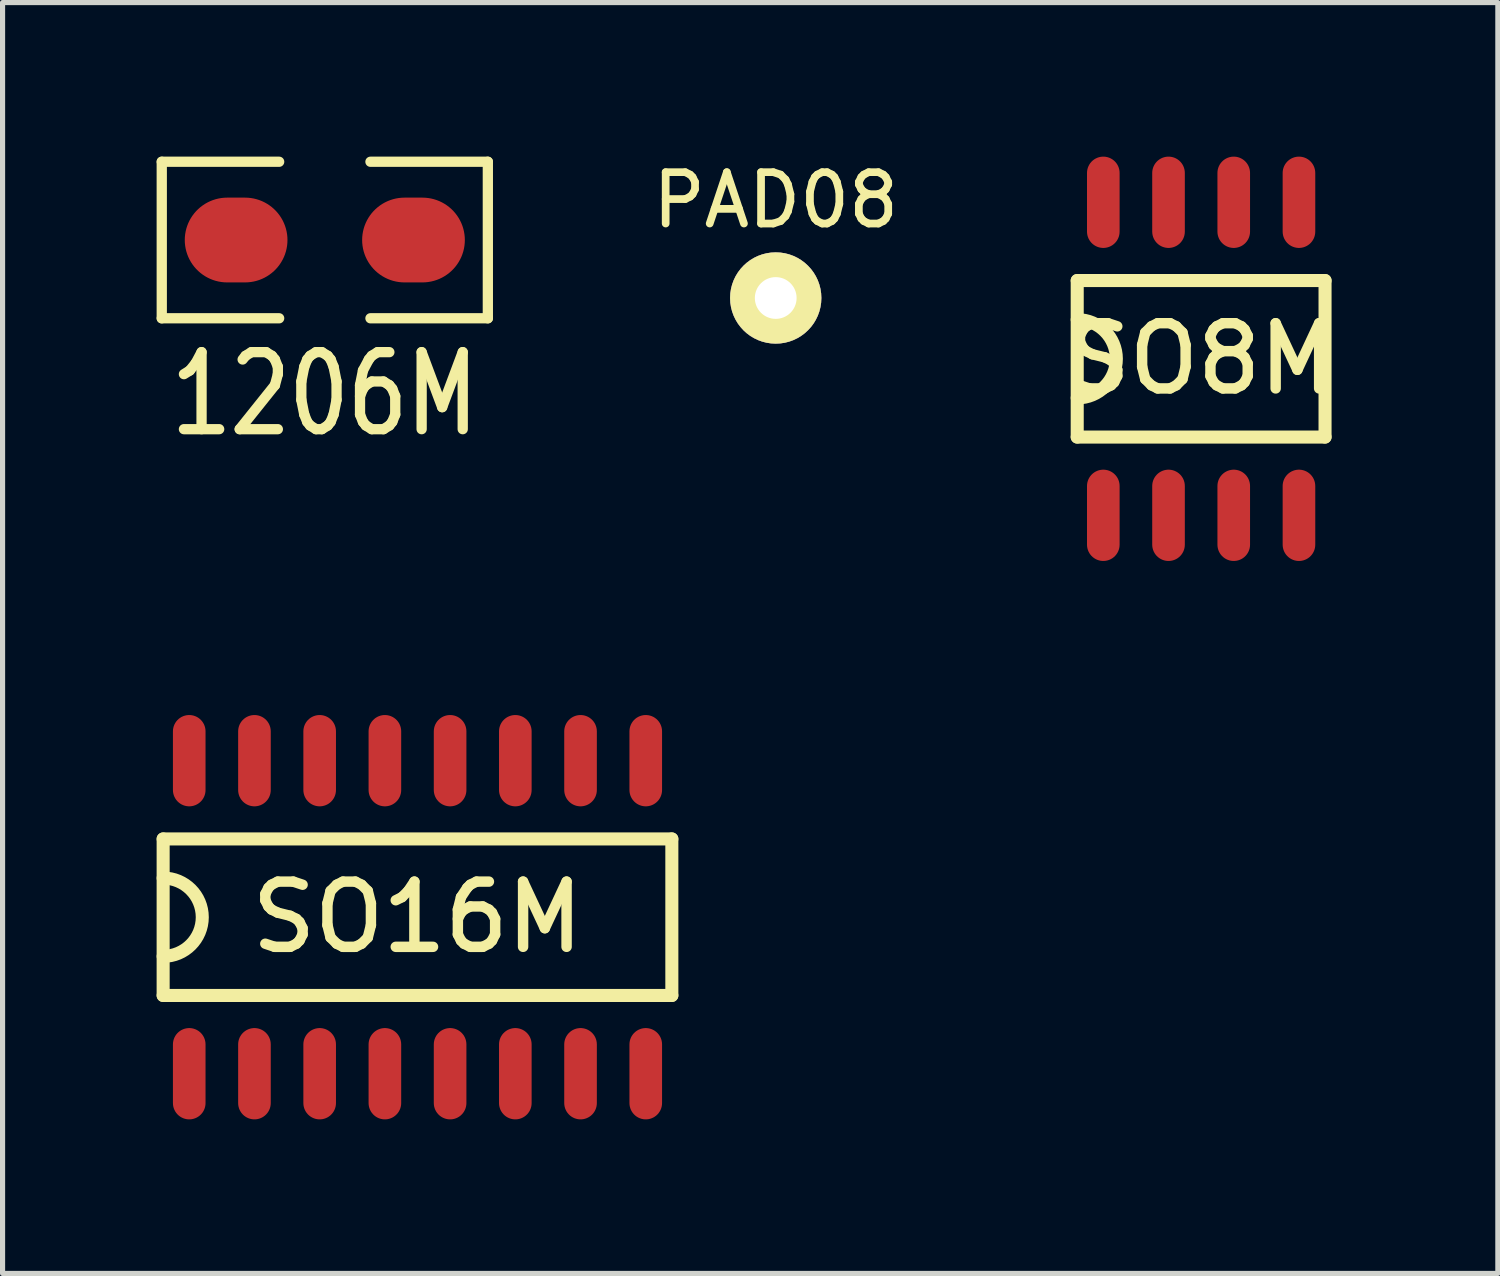
<source format=kicad_pcb>
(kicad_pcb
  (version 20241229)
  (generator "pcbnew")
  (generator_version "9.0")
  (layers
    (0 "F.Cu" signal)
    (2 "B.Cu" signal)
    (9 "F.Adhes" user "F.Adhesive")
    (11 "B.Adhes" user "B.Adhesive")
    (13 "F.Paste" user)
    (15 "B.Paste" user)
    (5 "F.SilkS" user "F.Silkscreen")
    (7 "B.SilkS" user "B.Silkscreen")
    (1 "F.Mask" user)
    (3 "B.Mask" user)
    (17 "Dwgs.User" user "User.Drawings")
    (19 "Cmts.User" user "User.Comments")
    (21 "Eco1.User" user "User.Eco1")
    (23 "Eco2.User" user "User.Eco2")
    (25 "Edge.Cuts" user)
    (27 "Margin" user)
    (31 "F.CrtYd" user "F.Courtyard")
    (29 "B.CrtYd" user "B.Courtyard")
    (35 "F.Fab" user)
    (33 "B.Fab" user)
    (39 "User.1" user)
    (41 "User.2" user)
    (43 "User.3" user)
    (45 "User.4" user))
  (footprint "PAD08"
    (layer "F.Cu")
    (at 12.056 2.753)
    (property "Reference" "PAD08" (at 0 -1.905 0) (layer "F.SilkS") (effects (font (size 1 1) (thickness 0.15))))
    (pad "1" thru_hole circle (at 0 0) (size 1.778 1.778) (drill 0.813) (layers "*.Cu" "*.Mask" "F.SilkS")))
  (footprint "SO8M"
    (layer "F.Cu")
    (at 20.34 3.937)
    (property "Reference" "SO8M" (at 0 0 0) (layer "F.SilkS") (effects (font (size 1.27 1.27) (thickness 0.203))))
    (fp_line (start -2.413 -1.524) (end 2.413 -1.524) (stroke (width 0.254) (type solid)) (layer "F.SilkS"))
    (fp_line (start -2.413 1.524) (end -2.413 -1.524) (stroke (width 0.254) (type solid)) (layer "F.SilkS"))
    (fp_line (start -2.413 1.524) (end 2.413 1.524) (stroke (width 0.254) (type solid)) (layer "F.SilkS"))
    (fp_line (start 2.413 -1.524) (end 2.413 1.524) (stroke (width 0.254) (type solid)) (layer "F.SilkS"))
    (fp_arc (start -2.413 -0.762) (mid -1.651 0) (end -2.413 0.762) (stroke (width 0.254) (type solid)) (layer "F.SilkS"))
    (pad "1" smd oval (at -1.905 2.794) (size 0.635 1.778) (drill (offset 0 0.254)) (layers "F.Cu" "F.Mask" "F.Paste"))
    (pad "2" smd oval (at -0.635 2.794) (size 0.635 1.778) (drill (offset 0 0.254)) (layers "F.Cu" "F.Mask" "F.Paste"))
    (pad "3" smd oval (at 0.635 2.794) (size 0.635 1.778) (drill (offset 0 0.254)) (layers "F.Cu" "F.Mask" "F.Paste"))
    (pad "4" smd oval (at 1.905 2.794) (size 0.635 1.778) (drill (offset 0 0.254)) (layers "F.Cu" "F.Mask" "F.Paste"))
    (pad "5" smd oval (at 1.905 -2.794) (size 0.635 1.778) (drill (offset 0 -0.254)) (layers "F.Cu" "F.Mask" "F.Paste"))
    (pad "6" smd oval (at 0.635 -2.794) (size 0.635 1.778) (drill (offset 0 -0.254)) (layers "F.Cu" "F.Mask" "F.Paste"))
    (pad "7" smd oval (at -0.635 -2.794) (size 0.635 1.778) (drill (offset 0 -0.254)) (layers "F.Cu" "F.Mask" "F.Paste"))
    (pad "8" smd oval (at -1.905 -2.794) (size 0.635 1.778) (drill (offset 0 -0.254)) (layers "F.Cu" "F.Mask" "F.Paste")))
  (footprint "1206M"
    (layer "F.Cu")
    (at 3.275 1.624)
    (property "Reference" "1206M" (at 0 3 0) (layer "F.SilkS") (effects (font (size 1.5 1.2) (thickness 0.2))))
    (attr through_hole)
    (fp_line (start -3.175 -1.524) (end -3.175 1.524) (stroke (width 0.2) (type solid)) (layer "F.SilkS"))
    (fp_line (start -3.175 -1.524) (end -0.889 -1.524) (stroke (width 0.2) (type solid)) (layer "F.SilkS"))
    (fp_line (start -3.175 1.524) (end -0.889 1.524) (stroke (width 0.2) (type solid)) (layer "F.SilkS"))
    (fp_line (start 3.175 -1.524) (end 0.889 -1.524) (stroke (width 0.2) (type solid)) (layer "F.SilkS"))
    (fp_line (start 3.175 -1.524) (end 3.175 1.524) (stroke (width 0.2) (type solid)) (layer "F.SilkS"))
    (fp_line (start 3.175 1.524) (end 0.889 1.524) (stroke (width 0.2) (type solid)) (layer "F.SilkS"))
    (pad "1" smd oval (at -1.727 0) (size 2 1.651) (layers "F.Cu" "F.Mask" "F.Paste"))
    (pad "2" smd oval (at 1.727 0) (size 2 1.651) (layers "F.Cu" "F.Mask" "F.Paste")))
  (footprint "SO16M"
    (layer "F.Cu")
    (at 5.08 14.811)
    (property "Reference" "SO16M" (at 0 0 0) (layer "F.SilkS") (effects (font (size 1.27 1.27) (thickness 0.203))))
    (fp_line (start -4.953 -1.524) (end 4.953 -1.524) (stroke (width 0.254) (type solid)) (layer "F.SilkS"))
    (fp_line (start -4.953 1.524) (end -4.953 -1.524) (stroke (width 0.254) (type solid)) (layer "F.SilkS"))
    (fp_line (start -4.953 1.524) (end 4.953 1.524) (stroke (width 0.254) (type solid)) (layer "F.SilkS"))
    (fp_line (start 4.953 -1.524) (end 4.953 1.524) (stroke (width 0.254) (type solid)) (layer "F.SilkS"))
    (fp_arc (start -4.953 -0.762) (mid -4.191 0) (end -4.953 0.762) (stroke (width 0.254) (type solid)) (layer "F.SilkS"))
    (pad "1" smd oval (at -4.445 2.794) (size 0.635 1.778) (drill (offset 0 0.254)) (layers "F.Cu" "F.Mask" "F.Paste"))
    (pad "2" smd oval (at -3.175 2.794) (size 0.635 1.778) (drill (offset 0 0.254)) (layers "F.Cu" "F.Mask" "F.Paste"))
    (pad "3" smd oval (at -1.905 2.794) (size 0.635 1.778) (drill (offset 0 0.254)) (layers "F.Cu" "F.Mask" "F.Paste"))
    (pad "4" smd oval (at -0.635 2.794) (size 0.635 1.778) (drill (offset 0 0.254)) (layers "F.Cu" "F.Mask" "F.Paste"))
    (pad "5" smd oval (at 0.635 2.794) (size 0.635 1.778) (drill (offset 0 0.254)) (layers "F.Cu" "F.Mask" "F.Paste"))
    (pad "6" smd oval (at 1.905 2.794) (size 0.635 1.778) (drill (offset 0 0.254)) (layers "F.Cu" "F.Mask" "F.Paste"))
    (pad "7" smd oval (at 3.175 2.794) (size 0.635 1.778) (drill (offset 0 0.254)) (layers "F.Cu" "F.Mask" "F.Paste"))
    (pad "8" smd oval (at 4.445 2.794) (size 0.635 1.778) (drill (offset 0 0.254)) (layers "F.Cu" "F.Mask" "F.Paste"))
    (pad "9" smd oval (at 4.445 -2.794) (size 0.635 1.778) (drill (offset 0 -0.254)) (layers "F.Cu" "F.Mask" "F.Paste"))
    (pad "10" smd oval (at 3.175 -2.794) (size 0.635 1.778) (drill (offset 0 -0.254)) (layers "F.Cu" "F.Mask" "F.Paste"))
    (pad "11" smd oval (at 1.905 -2.794) (size 0.635 1.778) (drill (offset 0 -0.254)) (layers "F.Cu" "F.Mask" "F.Paste"))
    (pad "12" smd oval (at 0.635 -2.794) (size 0.635 1.778) (drill (offset 0 -0.254)) (layers "F.Cu" "F.Mask" "F.Paste"))
    (pad "13" smd oval (at -0.635 -2.794) (size 0.635 1.778) (drill (offset 0 -0.254)) (layers "F.Cu" "F.Mask" "F.Paste"))
    (pad "14" smd oval (at -1.905 -2.794) (size 0.635 1.778) (drill (offset 0 -0.254)) (layers "F.Cu" "F.Mask" "F.Paste"))
    (pad "15" smd oval (at -3.175 -2.794) (size 0.635 1.778) (drill (offset 0 -0.254)) (layers "F.Cu" "F.Mask" "F.Paste"))
    (pad "16" smd oval (at -4.445 -2.794) (size 0.635 1.778) (drill (offset 0 -0.254)) (layers "F.Cu" "F.Mask" "F.Paste")))
  (gr_rect
    (start -3 -3)
    (end 26.118 21.748)
    (stroke (width 0.1) (type default))
    (fill no)
    (layer "Edge.Cuts")))
</source>
